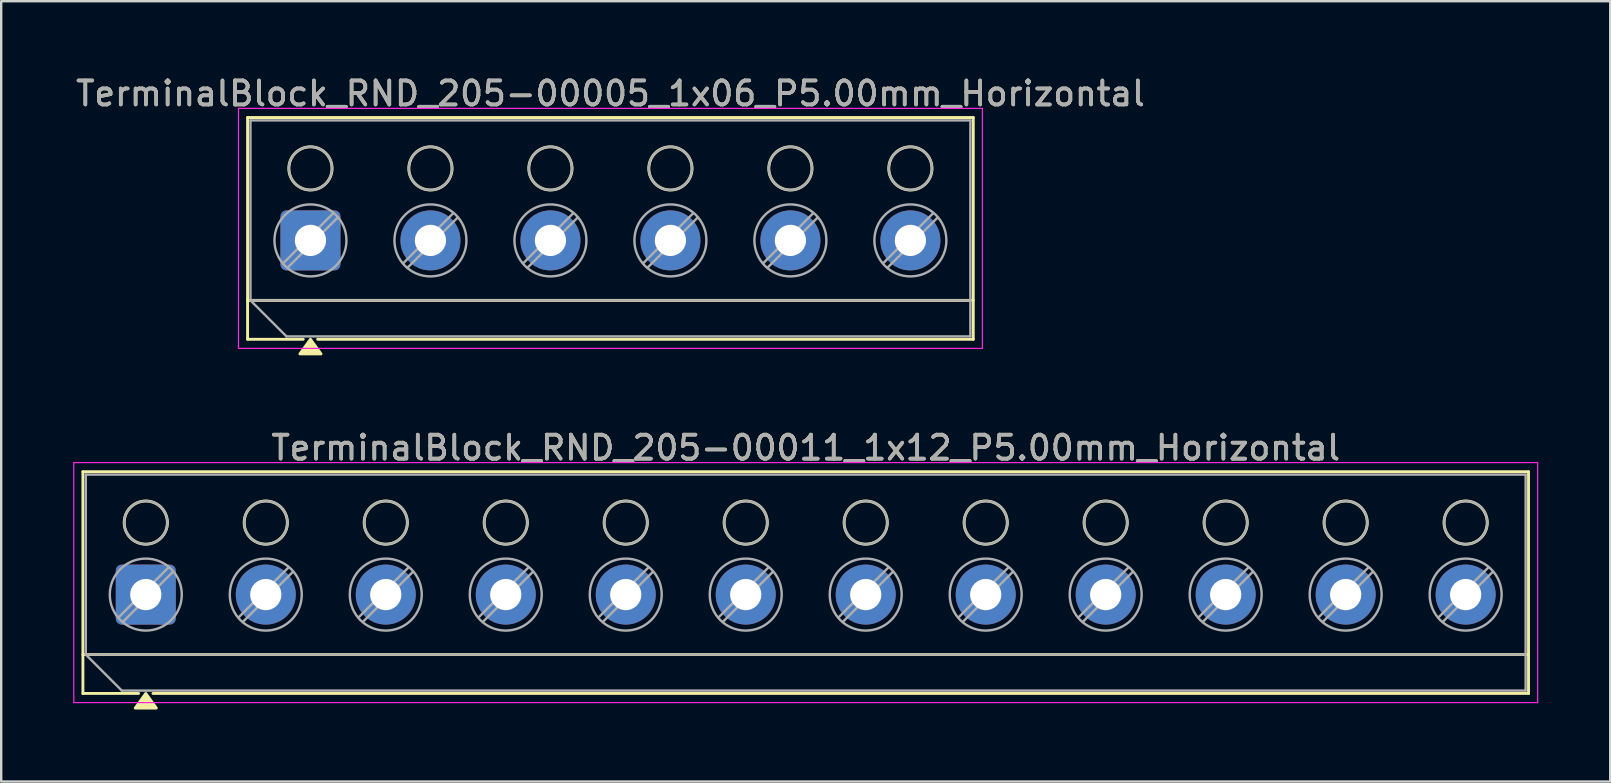
<source format=kicad_pcb>
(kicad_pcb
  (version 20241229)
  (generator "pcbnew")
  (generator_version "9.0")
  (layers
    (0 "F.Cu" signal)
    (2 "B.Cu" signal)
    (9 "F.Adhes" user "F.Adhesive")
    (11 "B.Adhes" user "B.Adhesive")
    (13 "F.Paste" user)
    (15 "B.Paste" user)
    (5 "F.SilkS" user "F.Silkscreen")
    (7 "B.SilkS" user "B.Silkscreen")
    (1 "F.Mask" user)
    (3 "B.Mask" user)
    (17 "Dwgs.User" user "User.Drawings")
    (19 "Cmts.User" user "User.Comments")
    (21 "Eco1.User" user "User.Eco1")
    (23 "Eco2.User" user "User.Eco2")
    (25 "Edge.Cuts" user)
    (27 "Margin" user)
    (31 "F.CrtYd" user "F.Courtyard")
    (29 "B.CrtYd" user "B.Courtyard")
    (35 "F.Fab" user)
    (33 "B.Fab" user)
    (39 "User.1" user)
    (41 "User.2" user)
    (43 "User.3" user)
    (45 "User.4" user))
  (footprint "TerminalBlock_RND_205-00011_1x12_P5.00mm_Horizontal"
    (layer "F.Cu")
    (at 3.025 21.727)
    (property "Reference" "TerminalBlock_RND_205-00011_1x12_P5.00mm_Horizontal" (at 27.5 -6.12 0) (layer "F.SilkS") (effects (font (size 1 1) (thickness 0.15))))
    (attr through_hole)
    (fp_line (start -2.62 -5.12) (end 57.62 -5.12) (stroke (width 0.12) (type solid)) (layer "F.SilkS"))
    (fp_line (start -2.62 2.5) (end 57.62 2.5) (stroke (width 0.12) (type solid)) (layer "F.SilkS"))
    (fp_line (start -2.62 4.12) (end -2.62 -5.12) (stroke (width 0.12) (type solid)) (layer "F.SilkS"))
    (fp_line (start -0.3 4.12) (end -2.62 4.12) (stroke (width 0.12) (type solid)) (layer "F.SilkS"))
    (fp_line (start 57.62 -5.12) (end 57.62 4.12) (stroke (width 0.12) (type solid)) (layer "F.SilkS"))
    (fp_line (start 57.62 4.12) (end 0.3 4.12) (stroke (width 0.12) (type solid)) (layer "F.SilkS"))
    (fp_circle (center 0 -3) (end 0.9 -3) (stroke (width 0.12) (type solid)) (fill no) (layer "F.SilkS"))
    (fp_circle (center 5 -3) (end 5.9 -3) (stroke (width 0.12) (type solid)) (fill no) (layer "F.SilkS"))
    (fp_circle (center 10 -3) (end 10.9 -3) (stroke (width 0.12) (type solid)) (fill no) (layer "F.SilkS"))
    (fp_circle (center 15 -3) (end 15.9 -3) (stroke (width 0.12) (type solid)) (fill no) (layer "F.SilkS"))
    (fp_circle (center 20 -3) (end 20.9 -3) (stroke (width 0.12) (type solid)) (fill no) (layer "F.SilkS"))
    (fp_circle (center 25 -3) (end 25.9 -3) (stroke (width 0.12) (type solid)) (fill no) (layer "F.SilkS"))
    (fp_circle (center 30 -3) (end 30.9 -3) (stroke (width 0.12) (type solid)) (fill no) (layer "F.SilkS"))
    (fp_circle (center 35 -3) (end 35.9 -3) (stroke (width 0.12) (type solid)) (fill no) (layer "F.SilkS"))
    (fp_circle (center 40 -3) (end 40.9 -3) (stroke (width 0.12) (type solid)) (fill no) (layer "F.SilkS"))
    (fp_circle (center 45 -3) (end 45.9 -3) (stroke (width 0.12) (type solid)) (fill no) (layer "F.SilkS"))
    (fp_circle (center 50 -3) (end 50.9 -3) (stroke (width 0.12) (type solid)) (fill no) (layer "F.SilkS"))
    (fp_circle (center 55 -3) (end 55.9 -3) (stroke (width 0.12) (type solid)) (fill no) (layer "F.SilkS"))
    (fp_poly (pts (xy 0 4.12) (xy 0.44 4.73) (xy -0.44 4.73)) (stroke (width 0.12) (type solid)) (fill yes) (layer "F.SilkS"))
    (fp_line (start -3 -5.5) (end -3 4.5) (stroke (width 0.05) (type solid)) (layer "F.CrtYd"))
    (fp_line (start -3 4.5) (end 58 4.5) (stroke (width 0.05) (type solid)) (layer "F.CrtYd"))
    (fp_line (start 58 -5.5) (end -3 -5.5) (stroke (width 0.05) (type solid)) (layer "F.CrtYd"))
    (fp_line (start 58 4.5) (end 58 -5.5) (stroke (width 0.05) (type solid)) (layer "F.CrtYd"))
    (fp_line (start -2.5 -5) (end 57.5 -5) (stroke (width 0.1) (type solid)) (layer "F.Fab"))
    (fp_line (start -2.5 2.5) (end -2.5 -5) (stroke (width 0.1) (type solid)) (layer "F.Fab"))
    (fp_line (start -2.5 2.5) (end 57.5 2.5) (stroke (width 0.1) (type solid)) (layer "F.Fab"))
    (fp_line (start -1 4) (end -2.5 2.5) (stroke (width 0.1) (type solid)) (layer "F.Fab"))
    (fp_line (start 0.955 -1.138) (end -1.138 0.955) (stroke (width 0.1) (type solid)) (layer "F.Fab"))
    (fp_line (start 1.138 -0.955) (end -0.955 1.138) (stroke (width 0.1) (type solid)) (layer "F.Fab"))
    (fp_line (start 5.955 -1.138) (end 3.862 0.955) (stroke (width 0.1) (type solid)) (layer "F.Fab"))
    (fp_line (start 6.138 -0.955) (end 4.045 1.138) (stroke (width 0.1) (type solid)) (layer "F.Fab"))
    (fp_line (start 10.955 -1.138) (end 8.862 0.955) (stroke (width 0.1) (type solid)) (layer "F.Fab"))
    (fp_line (start 11.138 -0.955) (end 9.045 1.138) (stroke (width 0.1) (type solid)) (layer "F.Fab"))
    (fp_line (start 15.955 -1.138) (end 13.862 0.955) (stroke (width 0.1) (type solid)) (layer "F.Fab"))
    (fp_line (start 16.138 -0.955) (end 14.045 1.138) (stroke (width 0.1) (type solid)) (layer "F.Fab"))
    (fp_line (start 20.955 -1.138) (end 18.862 0.955) (stroke (width 0.1) (type solid)) (layer "F.Fab"))
    (fp_line (start 21.138 -0.955) (end 19.045 1.138) (stroke (width 0.1) (type solid)) (layer "F.Fab"))
    (fp_line (start 25.955 -1.138) (end 23.862 0.955) (stroke (width 0.1) (type solid)) (layer "F.Fab"))
    (fp_line (start 26.138 -0.955) (end 24.045 1.138) (stroke (width 0.1) (type solid)) (layer "F.Fab"))
    (fp_line (start 30.955 -1.138) (end 28.862 0.955) (stroke (width 0.1) (type solid)) (layer "F.Fab"))
    (fp_line (start 31.138 -0.955) (end 29.045 1.138) (stroke (width 0.1) (type solid)) (layer "F.Fab"))
    (fp_line (start 35.955 -1.138) (end 33.862 0.955) (stroke (width 0.1) (type solid)) (layer "F.Fab"))
    (fp_line (start 36.138 -0.955) (end 34.045 1.138) (stroke (width 0.1) (type solid)) (layer "F.Fab"))
    (fp_line (start 40.955 -1.138) (end 38.862 0.955) (stroke (width 0.1) (type solid)) (layer "F.Fab"))
    (fp_line (start 41.138 -0.955) (end 39.045 1.138) (stroke (width 0.1) (type solid)) (layer "F.Fab"))
    (fp_line (start 45.955 -1.138) (end 43.862 0.955) (stroke (width 0.1) (type solid)) (layer "F.Fab"))
    (fp_line (start 46.138 -0.955) (end 44.045 1.138) (stroke (width 0.1) (type solid)) (layer "F.Fab"))
    (fp_line (start 50.955 -1.138) (end 48.862 0.955) (stroke (width 0.1) (type solid)) (layer "F.Fab"))
    (fp_line (start 51.138 -0.955) (end 49.045 1.138) (stroke (width 0.1) (type solid)) (layer "F.Fab"))
    (fp_line (start 55.955 -1.138) (end 53.862 0.955) (stroke (width 0.1) (type solid)) (layer "F.Fab"))
    (fp_line (start 56.138 -0.955) (end 54.045 1.138) (stroke (width 0.1) (type solid)) (layer "F.Fab"))
    (fp_line (start 57.5 -5) (end 57.5 4) (stroke (width 0.1) (type solid)) (layer "F.Fab"))
    (fp_line (start 57.5 4) (end -1 4) (stroke (width 0.1) (type solid)) (layer "F.Fab"))
    (fp_circle (center 0 -3) (end 0.9 -3) (stroke (width 0.1) (type solid)) (fill no) (layer "F.Fab"))
    (fp_circle (center 0 0) (end 1.5 0) (stroke (width 0.1) (type solid)) (fill no) (layer "F.Fab"))
    (fp_circle (center 5 -3) (end 5.9 -3) (stroke (width 0.1) (type solid)) (fill no) (layer "F.Fab"))
    (fp_circle (center 5 0) (end 6.5 0) (stroke (width 0.1) (type solid)) (fill no) (layer "F.Fab"))
    (fp_circle (center 10 -3) (end 10.9 -3) (stroke (width 0.1) (type solid)) (fill no) (layer "F.Fab"))
    (fp_circle (center 10 0) (end 11.5 0) (stroke (width 0.1) (type solid)) (fill no) (layer "F.Fab"))
    (fp_circle (center 15 -3) (end 15.9 -3) (stroke (width 0.1) (type solid)) (fill no) (layer "F.Fab"))
    (fp_circle (center 15 0) (end 16.5 0) (stroke (width 0.1) (type solid)) (fill no) (layer "F.Fab"))
    (fp_circle (center 20 -3) (end 20.9 -3) (stroke (width 0.1) (type solid)) (fill no) (layer "F.Fab"))
    (fp_circle (center 20 0) (end 21.5 0) (stroke (width 0.1) (type solid)) (fill no) (layer "F.Fab"))
    (fp_circle (center 25 -3) (end 25.9 -3) (stroke (width 0.1) (type solid)) (fill no) (layer "F.Fab"))
    (fp_circle (center 25 0) (end 26.5 0) (stroke (width 0.1) (type solid)) (fill no) (layer "F.Fab"))
    (fp_circle (center 30 -3) (end 30.9 -3) (stroke (width 0.1) (type solid)) (fill no) (layer "F.Fab"))
    (fp_circle (center 30 0) (end 31.5 0) (stroke (width 0.1) (type solid)) (fill no) (layer "F.Fab"))
    (fp_circle (center 35 -3) (end 35.9 -3) (stroke (width 0.1) (type solid)) (fill no) (layer "F.Fab"))
    (fp_circle (center 35 0) (end 36.5 0) (stroke (width 0.1) (type solid)) (fill no) (layer "F.Fab"))
    (fp_circle (center 40 -3) (end 40.9 -3) (stroke (width 0.1) (type solid)) (fill no) (layer "F.Fab"))
    (fp_circle (center 40 0) (end 41.5 0) (stroke (width 0.1) (type solid)) (fill no) (layer "F.Fab"))
    (fp_circle (center 45 -3) (end 45.9 -3) (stroke (width 0.1) (type solid)) (fill no) (layer "F.Fab"))
    (fp_circle (center 45 0) (end 46.5 0) (stroke (width 0.1) (type solid)) (fill no) (layer "F.Fab"))
    (fp_circle (center 50 -3) (end 50.9 -3) (stroke (width 0.1) (type solid)) (fill no) (layer "F.Fab"))
    (fp_circle (center 50 0) (end 51.5 0) (stroke (width 0.1) (type solid)) (fill no) (layer "F.Fab"))
    (fp_circle (center 55 -3) (end 55.9 -3) (stroke (width 0.1) (type solid)) (fill no) (layer "F.Fab"))
    (fp_circle (center 55 0) (end 56.5 0) (stroke (width 0.1) (type solid)) (fill no) (layer "F.Fab"))
    (fp_text user "${REFERENCE}" (at 27.5 -6.12 0) (layer "F.Fab") (effects (font (size 1 1) (thickness 0.15))))
    (pad "1" thru_hole roundrect (at 0 0) (size 2.5 2.5) (drill 1.3) (layers "*.Cu" "*.Mask") (roundrect_rratio 0.1))
    (pad "2" thru_hole circle (at 5 0) (size 2.5 2.5) (drill 1.3) (layers "*.Cu" "*.Mask"))
    (pad "3" thru_hole circle (at 10 0) (size 2.5 2.5) (drill 1.3) (layers "*.Cu" "*.Mask"))
    (pad "4" thru_hole circle (at 15 0) (size 2.5 2.5) (drill 1.3) (layers "*.Cu" "*.Mask"))
    (pad "5" thru_hole circle (at 20 0) (size 2.5 2.5) (drill 1.3) (layers "*.Cu" "*.Mask"))
    (pad "6" thru_hole circle (at 25 0) (size 2.5 2.5) (drill 1.3) (layers "*.Cu" "*.Mask"))
    (pad "7" thru_hole circle (at 30 0) (size 2.5 2.5) (drill 1.3) (layers "*.Cu" "*.Mask"))
    (pad "8" thru_hole circle (at 35 0) (size 2.5 2.5) (drill 1.3) (layers "*.Cu" "*.Mask"))
    (pad "9" thru_hole circle (at 40 0) (size 2.5 2.5) (drill 1.3) (layers "*.Cu" "*.Mask"))
    (pad "10" thru_hole circle (at 45 0) (size 2.5 2.5) (drill 1.3) (layers "*.Cu" "*.Mask"))
    (pad "11" thru_hole circle (at 50 0) (size 2.5 2.5) (drill 1.3) (layers "*.Cu" "*.Mask"))
    (pad "12" thru_hole circle (at 55 0) (size 2.5 2.5) (drill 1.3) (layers "*.Cu" "*.Mask")))
  (footprint "TerminalBlock_RND_205-00005_1x06_P5.00mm_Horizontal"
    (layer "F.Cu")
    (at 9.887 6.968)
    (property "Reference" "TerminalBlock_RND_205-00005_1x06_P5.00mm_Horizontal" (at 12.5 -6.12 0) (layer "F.SilkS") (effects (font (size 1 1) (thickness 0.15))))
    (attr through_hole)
    (fp_line (start -2.62 -5.12) (end 27.62 -5.12) (stroke (width 0.12) (type solid)) (layer "F.SilkS"))
    (fp_line (start -2.62 2.5) (end 27.62 2.5) (stroke (width 0.12) (type solid)) (layer "F.SilkS"))
    (fp_line (start -2.62 4.12) (end -2.62 -5.12) (stroke (width 0.12) (type solid)) (layer "F.SilkS"))
    (fp_line (start -0.3 4.12) (end -2.62 4.12) (stroke (width 0.12) (type solid)) (layer "F.SilkS"))
    (fp_line (start 27.62 -5.12) (end 27.62 4.12) (stroke (width 0.12) (type solid)) (layer "F.SilkS"))
    (fp_line (start 27.62 4.12) (end 0.3 4.12) (stroke (width 0.12) (type solid)) (layer "F.SilkS"))
    (fp_circle (center 0 -3) (end 0.9 -3) (stroke (width 0.12) (type solid)) (fill no) (layer "F.SilkS"))
    (fp_circle (center 5 -3) (end 5.9 -3) (stroke (width 0.12) (type solid)) (fill no) (layer "F.SilkS"))
    (fp_circle (center 10 -3) (end 10.9 -3) (stroke (width 0.12) (type solid)) (fill no) (layer "F.SilkS"))
    (fp_circle (center 15 -3) (end 15.9 -3) (stroke (width 0.12) (type solid)) (fill no) (layer "F.SilkS"))
    (fp_circle (center 20 -3) (end 20.9 -3) (stroke (width 0.12) (type solid)) (fill no) (layer "F.SilkS"))
    (fp_circle (center 25 -3) (end 25.9 -3) (stroke (width 0.12) (type solid)) (fill no) (layer "F.SilkS"))
    (fp_poly (pts (xy 0 4.12) (xy 0.44 4.73) (xy -0.44 4.73)) (stroke (width 0.12) (type solid)) (fill yes) (layer "F.SilkS"))
    (fp_line (start -3 -5.5) (end -3 4.5) (stroke (width 0.05) (type solid)) (layer "F.CrtYd"))
    (fp_line (start -3 4.5) (end 28 4.5) (stroke (width 0.05) (type solid)) (layer "F.CrtYd"))
    (fp_line (start 28 -5.5) (end -3 -5.5) (stroke (width 0.05) (type solid)) (layer "F.CrtYd"))
    (fp_line (start 28 4.5) (end 28 -5.5) (stroke (width 0.05) (type solid)) (layer "F.CrtYd"))
    (fp_line (start -2.5 -5) (end 27.5 -5) (stroke (width 0.1) (type solid)) (layer "F.Fab"))
    (fp_line (start -2.5 2.5) (end -2.5 -5) (stroke (width 0.1) (type solid)) (layer "F.Fab"))
    (fp_line (start -2.5 2.5) (end 27.5 2.5) (stroke (width 0.1) (type solid)) (layer "F.Fab"))
    (fp_line (start -1 4) (end -2.5 2.5) (stroke (width 0.1) (type solid)) (layer "F.Fab"))
    (fp_line (start 0.955 -1.138) (end -1.138 0.955) (stroke (width 0.1) (type solid)) (layer "F.Fab"))
    (fp_line (start 1.138 -0.955) (end -0.955 1.138) (stroke (width 0.1) (type solid)) (layer "F.Fab"))
    (fp_line (start 5.955 -1.138) (end 3.862 0.955) (stroke (width 0.1) (type solid)) (layer "F.Fab"))
    (fp_line (start 6.138 -0.955) (end 4.045 1.138) (stroke (width 0.1) (type solid)) (layer "F.Fab"))
    (fp_line (start 10.955 -1.138) (end 8.862 0.955) (stroke (width 0.1) (type solid)) (layer "F.Fab"))
    (fp_line (start 11.138 -0.955) (end 9.045 1.138) (stroke (width 0.1) (type solid)) (layer "F.Fab"))
    (fp_line (start 15.955 -1.138) (end 13.862 0.955) (stroke (width 0.1) (type solid)) (layer "F.Fab"))
    (fp_line (start 16.138 -0.955) (end 14.045 1.138) (stroke (width 0.1) (type solid)) (layer "F.Fab"))
    (fp_line (start 20.955 -1.138) (end 18.862 0.955) (stroke (width 0.1) (type solid)) (layer "F.Fab"))
    (fp_line (start 21.138 -0.955) (end 19.045 1.138) (stroke (width 0.1) (type solid)) (layer "F.Fab"))
    (fp_line (start 25.955 -1.138) (end 23.862 0.955) (stroke (width 0.1) (type solid)) (layer "F.Fab"))
    (fp_line (start 26.138 -0.955) (end 24.045 1.138) (stroke (width 0.1) (type solid)) (layer "F.Fab"))
    (fp_line (start 27.5 -5) (end 27.5 4) (stroke (width 0.1) (type solid)) (layer "F.Fab"))
    (fp_line (start 27.5 4) (end -1 4) (stroke (width 0.1) (type solid)) (layer "F.Fab"))
    (fp_circle (center 0 -3) (end 0.9 -3) (stroke (width 0.1) (type solid)) (fill no) (layer "F.Fab"))
    (fp_circle (center 0 0) (end 1.5 0) (stroke (width 0.1) (type solid)) (fill no) (layer "F.Fab"))
    (fp_circle (center 5 -3) (end 5.9 -3) (stroke (width 0.1) (type solid)) (fill no) (layer "F.Fab"))
    (fp_circle (center 5 0) (end 6.5 0) (stroke (width 0.1) (type solid)) (fill no) (layer "F.Fab"))
    (fp_circle (center 10 -3) (end 10.9 -3) (stroke (width 0.1) (type solid)) (fill no) (layer "F.Fab"))
    (fp_circle (center 10 0) (end 11.5 0) (stroke (width 0.1) (type solid)) (fill no) (layer "F.Fab"))
    (fp_circle (center 15 -3) (end 15.9 -3) (stroke (width 0.1) (type solid)) (fill no) (layer "F.Fab"))
    (fp_circle (center 15 0) (end 16.5 0) (stroke (width 0.1) (type solid)) (fill no) (layer "F.Fab"))
    (fp_circle (center 20 -3) (end 20.9 -3) (stroke (width 0.1) (type solid)) (fill no) (layer "F.Fab"))
    (fp_circle (center 20 0) (end 21.5 0) (stroke (width 0.1) (type solid)) (fill no) (layer "F.Fab"))
    (fp_circle (center 25 -3) (end 25.9 -3) (stroke (width 0.1) (type solid)) (fill no) (layer "F.Fab"))
    (fp_circle (center 25 0) (end 26.5 0) (stroke (width 0.1) (type solid)) (fill no) (layer "F.Fab"))
    (fp_text user "${REFERENCE}" (at 12.5 -6.12 0) (layer "F.Fab") (effects (font (size 1 1) (thickness 0.15))))
    (pad "1" thru_hole roundrect (at 0 0) (size 2.5 2.5) (drill 1.3) (layers "*.Cu" "*.Mask") (roundrect_rratio 0.1))
    (pad "2" thru_hole circle (at 5 0) (size 2.5 2.5) (drill 1.3) (layers "*.Cu" "*.Mask"))
    (pad "3" thru_hole circle (at 10 0) (size 2.5 2.5) (drill 1.3) (layers "*.Cu" "*.Mask"))
    (pad "4" thru_hole circle (at 15 0) (size 2.5 2.5) (drill 1.3) (layers "*.Cu" "*.Mask"))
    (pad "5" thru_hole circle (at 20 0) (size 2.5 2.5) (drill 1.3) (layers "*.Cu" "*.Mask"))
    (pad "6" thru_hole circle (at 25 0) (size 2.5 2.5) (drill 1.3) (layers "*.Cu" "*.Mask")))
  (gr_rect
    (start -3 -3)
    (end 64.05 29.517)
    (stroke (width 0.1) (type default))
    (fill no)
    (layer "Edge.Cuts")))
</source>
